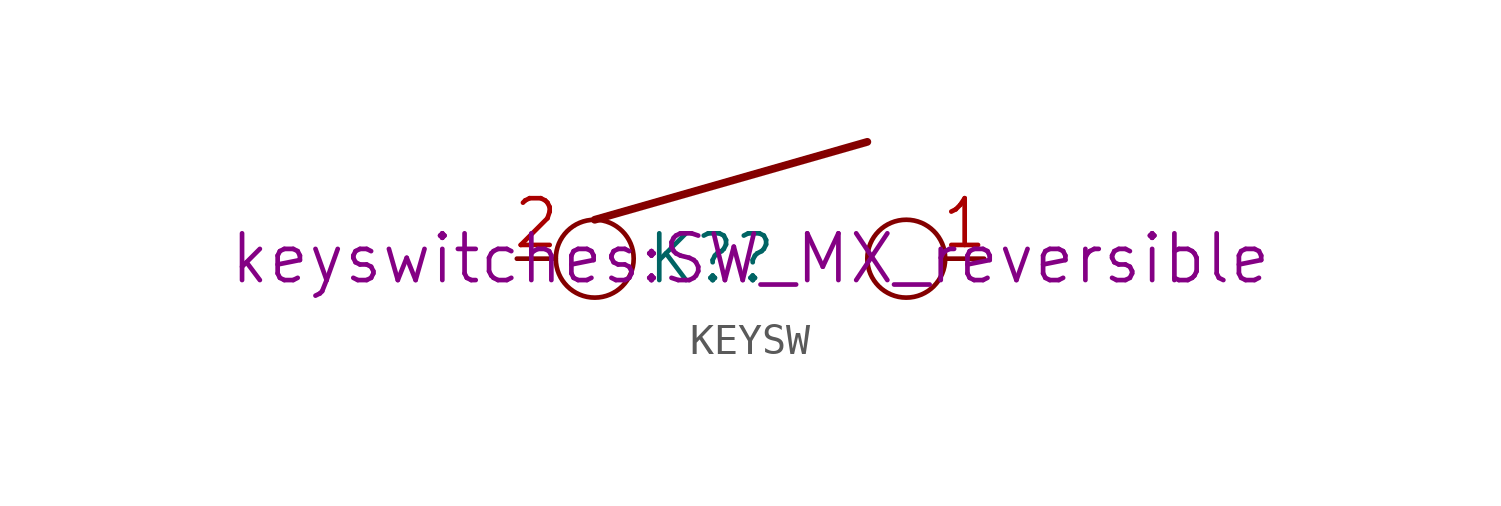
<source format=kicad_sym>
(kicad_symbol_lib
  (version 20220914)
  (generator kicad_symbol_editor)
  (symbol "KEYSW"
    (pin_names
      (offset 1.016))
    (property "Reference" "K?"
      (at -1.27 0 0)
      (effects (font (size 1.524 1.524))))
    (property "Footprint" "keyswitches:SW_MX_reversible"
      (at 0 0 0)
      (effects (font (size 1.524 1.524))))
    (property "Datasheet" ""
      (at 0 0 0)
      (effects (font (size 1.524 1.524))))
    (symbol "KEYSW_0_1"
      (circle (center -5.08 0) (radius 1.27) (stroke (width 0) (type solid)) (fill (type none)))
      (polyline (pts (xy -5.08 1.27) (xy 3.81 3.81)) (stroke (width 0.254) (type solid)) (fill (type none)))
      (circle (center 5.08 0) (radius 1.27) (stroke (width 0) (type solid)) (fill (type none))))
    (symbol "KEYSW_1_1"
      (pin passive line (at 7.62 0 180) (length 1.27) (name "~" (effects (font (size 1.524 1.524)))) (number "1" (effects (font (size 1.524 1.524)))))
      (pin passive line (at -7.62 0 0) (length 1.27) (name "~" (effects (font (size 1.524 1.524)))) (number "2" (effects (font (size 1.524 1.524))))))))
</source>
